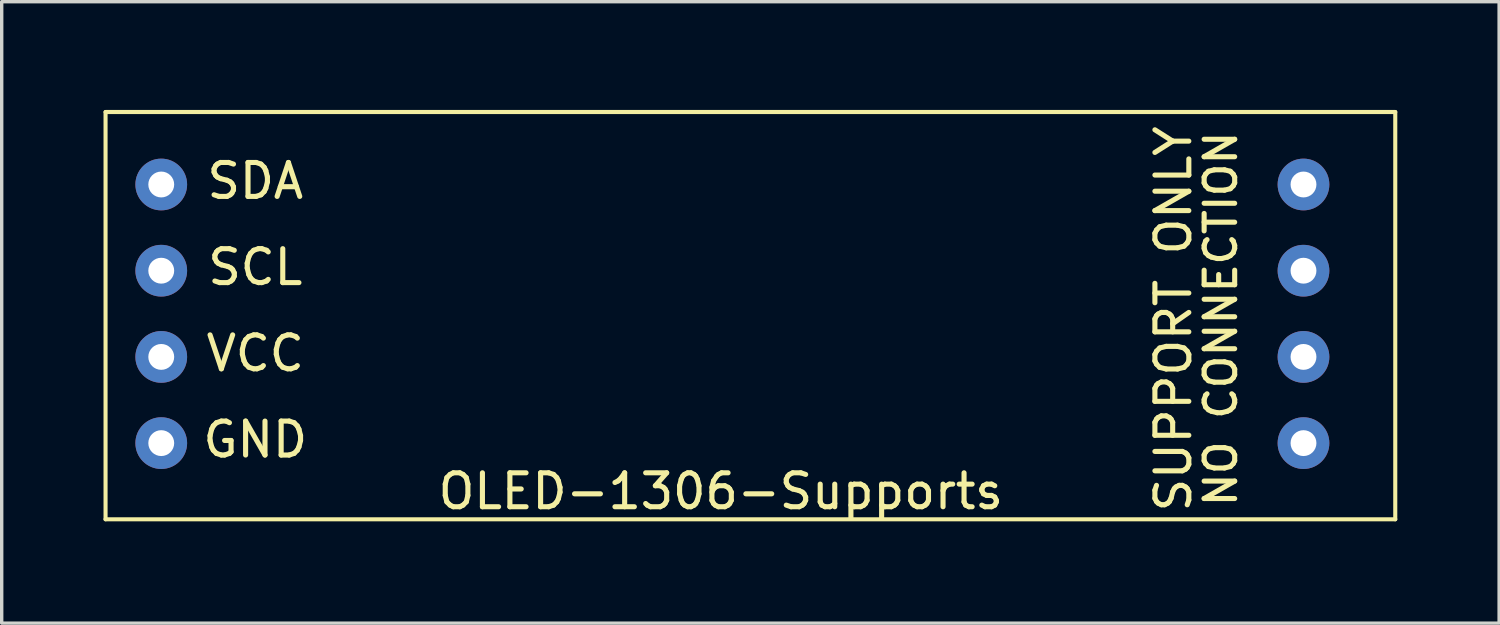
<source format=kicad_pcb>
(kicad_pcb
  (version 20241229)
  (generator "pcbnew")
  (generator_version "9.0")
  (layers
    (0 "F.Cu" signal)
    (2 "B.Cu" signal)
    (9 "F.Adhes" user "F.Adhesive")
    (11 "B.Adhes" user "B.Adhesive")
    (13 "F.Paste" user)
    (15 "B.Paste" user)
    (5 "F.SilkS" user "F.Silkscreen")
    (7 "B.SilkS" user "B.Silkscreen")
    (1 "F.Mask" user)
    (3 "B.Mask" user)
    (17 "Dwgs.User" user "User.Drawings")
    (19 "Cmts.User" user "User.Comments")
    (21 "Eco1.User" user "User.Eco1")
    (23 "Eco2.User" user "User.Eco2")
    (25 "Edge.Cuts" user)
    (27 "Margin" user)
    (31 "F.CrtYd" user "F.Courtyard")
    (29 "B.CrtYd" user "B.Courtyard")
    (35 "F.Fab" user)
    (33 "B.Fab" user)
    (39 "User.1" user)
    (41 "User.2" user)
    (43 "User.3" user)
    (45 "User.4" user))
  (footprint "OLED-1306-Supports"
    (layer "F.Cu")
    (at 10.06 0.25)
    (property "Reference" "OLED-1306-Supports" (at 8.128 11.176 0) (layer "F.SilkS") (effects (font (size 1 1) (thickness 0.15))))
    (attr through_hole)
    (fp_line (start -10 0) (end -10 12) (stroke (width 0.12) (type solid)) (layer "F.SilkS"))
    (fp_line (start -10 0) (end 28 0) (stroke (width 0.12) (type solid)) (layer "F.SilkS"))
    (fp_line (start -10 12) (end 28 12) (stroke (width 0.12) (type solid)) (layer "F.SilkS"))
    (fp_line (start 28 0) (end 28 12) (stroke (width 0.12) (type solid)) (layer "F.SilkS"))
    (fp_text user "SCL" (at -5.588 4.572 0) (layer "F.SilkS") (effects (font (size 1 1) (thickness 0.15))))
    (fp_text user "VCC" (at -5.588 7.112 0) (layer "F.SilkS") (effects (font (size 1 1) (thickness 0.15))))
    (fp_text user "SDA" (at -5.588 2.032 0) (layer "F.SilkS") (effects (font (size 1 1) (thickness 0.15))))
    (fp_text user "GND" (at -5.588 9.652 0) (layer "F.SilkS") (effects (font (size 1 1) (thickness 0.15))))
    (fp_text user "SUPPORT ONLY" (at 21.463 6.096 90) (layer "F.SilkS") (effects (font (size 1 1) (thickness 0.15))))
    (fp_text user "NO CONNECTION" (at 22.86 6.096 90) (layer "F.SilkS") (effects (font (size 0.9 0.9) (thickness 0.15))))
    (pad "" thru_hole circle (at 25.296 2.136) (size 1.524 1.524) (drill 0.762) (layers "*.Cu" "*.Mask"))
    (pad "" thru_hole circle (at 25.296 4.676) (size 1.524 1.524) (drill 0.762) (layers "*.Cu" "*.Mask"))
    (pad "" thru_hole circle (at 25.296 7.216) (size 1.524 1.524) (drill 0.762) (layers "*.Cu" "*.Mask"))
    (pad "" thru_hole circle (at 25.296 9.756) (size 1.524 1.524) (drill 0.762) (layers "*.Cu" "*.Mask"))
    (pad "1" thru_hole circle (at -8.359 2.136) (size 1.524 1.524) (drill 0.762) (layers "*.Cu" "*.Mask"))
    (pad "2" thru_hole circle (at -8.359 4.676) (size 1.524 1.524) (drill 0.762) (layers "*.Cu" "*.Mask"))
    (pad "3" thru_hole circle (at -8.359 7.216) (size 1.524 1.524) (drill 0.762) (layers "*.Cu" "*.Mask"))
    (pad "4" thru_hole circle (at -8.359 9.756) (size 1.524 1.524) (drill 0.762) (layers "*.Cu" "*.Mask")))
  (gr_rect
    (start -3 -3)
    (end 41.12 15.31)
    (stroke (width 0.1) (type default))
    (fill no)
    (layer "Edge.Cuts")))
</source>
